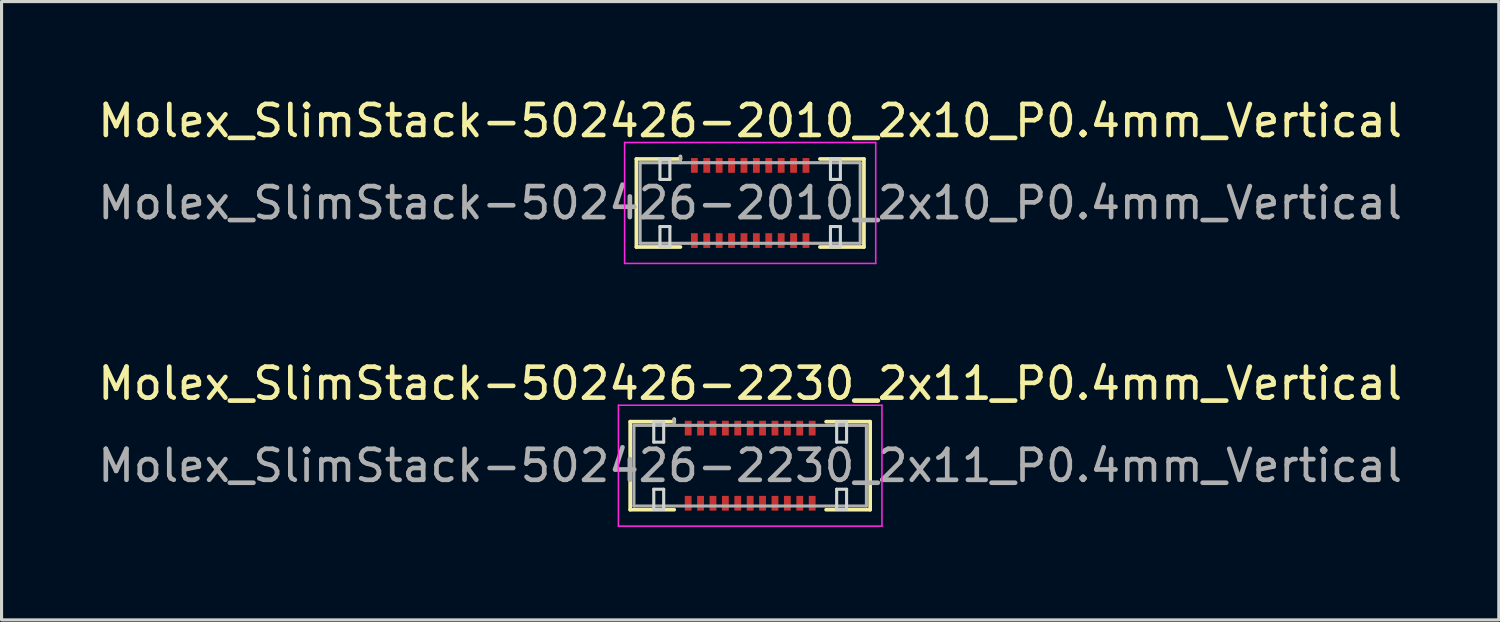
<source format=kicad_pcb>
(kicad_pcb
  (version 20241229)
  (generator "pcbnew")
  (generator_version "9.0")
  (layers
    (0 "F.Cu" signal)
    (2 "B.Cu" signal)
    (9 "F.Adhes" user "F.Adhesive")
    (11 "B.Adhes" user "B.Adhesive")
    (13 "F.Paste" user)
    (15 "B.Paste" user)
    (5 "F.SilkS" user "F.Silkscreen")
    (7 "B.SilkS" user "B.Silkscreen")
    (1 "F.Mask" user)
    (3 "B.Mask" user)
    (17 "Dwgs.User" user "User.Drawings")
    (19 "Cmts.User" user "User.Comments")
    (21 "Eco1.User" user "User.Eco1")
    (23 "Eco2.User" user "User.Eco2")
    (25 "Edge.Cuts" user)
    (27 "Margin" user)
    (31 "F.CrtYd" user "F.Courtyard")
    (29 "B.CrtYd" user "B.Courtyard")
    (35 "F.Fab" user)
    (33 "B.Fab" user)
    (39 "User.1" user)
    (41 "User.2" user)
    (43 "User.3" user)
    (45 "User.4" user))
  (footprint "Molex_SlimStack-502426-2010_2x10_P0.4mm_Vertical"
    (layer "F.Cu")
    (at 21.149 3.498)
    (property "Reference" "Molex_SlimStack-502426-2010_2x10_P0.4mm_Vertical" (at 0 -2.65 0) (layer "F.SilkS") (effects (font (size 1 1) (thickness 0.15))))
    (attr smd)
    (fp_line (start -3.67 -1.42) (end -2.25 -1.42) (stroke (width 0.12) (type solid)) (layer "F.SilkS"))
    (fp_line (start -3.67 1.42) (end -3.67 -1.42) (stroke (width 0.12) (type solid)) (layer "F.SilkS"))
    (fp_line (start -2.25 -1.42) (end -2.25 -1.5) (stroke (width 0.12) (type solid)) (layer "F.SilkS"))
    (fp_line (start -2.25 1.42) (end -3.67 1.42) (stroke (width 0.12) (type solid)) (layer "F.SilkS"))
    (fp_line (start 2.25 1.42) (end 3.67 1.42) (stroke (width 0.12) (type solid)) (layer "F.SilkS"))
    (fp_line (start 3.67 -1.42) (end 2.25 -1.42) (stroke (width 0.12) (type solid)) (layer "F.SilkS"))
    (fp_line (start 3.67 1.42) (end 3.67 -1.42) (stroke (width 0.12) (type solid)) (layer "F.SilkS"))
    (fp_line (start -2.91 -1.41) (end -2.91 -0.76) (stroke (width 0.1) (type solid)) (layer "Edge.Cuts"))
    (fp_line (start -2.91 -0.76) (end -2.59 -0.76) (stroke (width 0.1) (type solid)) (layer "Edge.Cuts"))
    (fp_line (start -2.91 0.76) (end -2.91 1.41) (stroke (width 0.1) (type solid)) (layer "Edge.Cuts"))
    (fp_line (start -2.91 1.41) (end -2.59 1.41) (stroke (width 0.1) (type solid)) (layer "Edge.Cuts"))
    (fp_line (start -2.59 -1.41) (end -2.91 -1.41) (stroke (width 0.1) (type solid)) (layer "Edge.Cuts"))
    (fp_line (start -2.59 -0.76) (end -2.59 -1.41) (stroke (width 0.1) (type solid)) (layer "Edge.Cuts"))
    (fp_line (start -2.59 0.76) (end -2.91 0.76) (stroke (width 0.1) (type solid)) (layer "Edge.Cuts"))
    (fp_line (start -2.59 1.41) (end -2.59 0.76) (stroke (width 0.1) (type solid)) (layer "Edge.Cuts"))
    (fp_line (start 2.59 -1.41) (end 2.59 -0.76) (stroke (width 0.1) (type solid)) (layer "Edge.Cuts"))
    (fp_line (start 2.59 -0.76) (end 2.91 -0.76) (stroke (width 0.1) (type solid)) (layer "Edge.Cuts"))
    (fp_line (start 2.59 0.76) (end 2.59 1.41) (stroke (width 0.1) (type solid)) (layer "Edge.Cuts"))
    (fp_line (start 2.59 1.41) (end 2.91 1.41) (stroke (width 0.1) (type solid)) (layer "Edge.Cuts"))
    (fp_line (start 2.91 -1.41) (end 2.59 -1.41) (stroke (width 0.1) (type solid)) (layer "Edge.Cuts"))
    (fp_line (start 2.91 -0.76) (end 2.91 -1.41) (stroke (width 0.1) (type solid)) (layer "Edge.Cuts"))
    (fp_line (start 2.91 0.76) (end 2.59 0.76) (stroke (width 0.1) (type solid)) (layer "Edge.Cuts"))
    (fp_line (start 2.91 1.41) (end 2.91 0.76) (stroke (width 0.1) (type solid)) (layer "Edge.Cuts"))
    (fp_line (start -4.05 -1.95) (end -4.05 1.95) (stroke (width 0.05) (type solid)) (layer "F.CrtYd"))
    (fp_line (start -4.05 1.95) (end 4.05 1.95) (stroke (width 0.05) (type solid)) (layer "F.CrtYd"))
    (fp_line (start 4.05 -1.95) (end -4.05 -1.95) (stroke (width 0.05) (type solid)) (layer "F.CrtYd"))
    (fp_line (start 4.05 1.95) (end 4.05 -1.95) (stroke (width 0.05) (type solid)) (layer "F.CrtYd"))
    (fp_line (start -3.55 -1.3) (end -3.55 1.3) (stroke (width 0.1) (type solid)) (layer "F.Fab"))
    (fp_line (start -3.55 1.3) (end 3.55 1.3) (stroke (width 0.1) (type solid)) (layer "F.Fab"))
    (fp_line (start -2.25 -1.3) (end -2.25 -1.5) (stroke (width 0.1) (type solid)) (layer "F.Fab"))
    (fp_line (start 3.55 -1.3) (end -3.55 -1.3) (stroke (width 0.1) (type solid)) (layer "F.Fab"))
    (fp_line (start 3.55 1.3) (end 3.55 -1.3) (stroke (width 0.1) (type solid)) (layer "F.Fab"))
    (fp_text user "${REFERENCE}" (at 0 0 0) (layer "F.Fab") (effects (font (size 1 1) (thickness 0.15))))
    (pad "1" smd rect (at 1.8 -1.212) (size 0.22 0.475) (layers "F.Cu" "F.Mask" "F.Paste"))
    (pad "2" smd rect (at 1.8 1.212) (size 0.22 0.475) (layers "F.Cu" "F.Mask" "F.Paste"))
    (pad "3" smd rect (at 1.4 -1.212) (size 0.22 0.475) (layers "F.Cu" "F.Mask" "F.Paste"))
    (pad "4" smd rect (at 1.4 1.212) (size 0.22 0.475) (layers "F.Cu" "F.Mask" "F.Paste"))
    (pad "5" smd rect (at 1 -1.212) (size 0.22 0.475) (layers "F.Cu" "F.Mask" "F.Paste"))
    (pad "6" smd rect (at 1 1.212) (size 0.22 0.475) (layers "F.Cu" "F.Mask" "F.Paste"))
    (pad "7" smd rect (at 0.6 -1.212) (size 0.22 0.475) (layers "F.Cu" "F.Mask" "F.Paste"))
    (pad "8" smd rect (at 0.6 1.212) (size 0.22 0.475) (layers "F.Cu" "F.Mask" "F.Paste"))
    (pad "9" smd rect (at 0.2 -1.212) (size 0.22 0.475) (layers "F.Cu" "F.Mask" "F.Paste"))
    (pad "10" smd rect (at 0.2 1.212) (size 0.22 0.475) (layers "F.Cu" "F.Mask" "F.Paste"))
    (pad "11" smd rect (at -0.2 -1.212) (size 0.22 0.475) (layers "F.Cu" "F.Mask" "F.Paste"))
    (pad "12" smd rect (at -0.2 1.212) (size 0.22 0.475) (layers "F.Cu" "F.Mask" "F.Paste"))
    (pad "13" smd rect (at -0.6 -1.212) (size 0.22 0.475) (layers "F.Cu" "F.Mask" "F.Paste"))
    (pad "14" smd rect (at -0.6 1.212) (size 0.22 0.475) (layers "F.Cu" "F.Mask" "F.Paste"))
    (pad "15" smd rect (at -1 -1.212) (size 0.22 0.475) (layers "F.Cu" "F.Mask" "F.Paste"))
    (pad "16" smd rect (at -1 1.212) (size 0.22 0.475) (layers "F.Cu" "F.Mask" "F.Paste"))
    (pad "17" smd rect (at -1.4 -1.212) (size 0.22 0.475) (layers "F.Cu" "F.Mask" "F.Paste"))
    (pad "18" smd rect (at -1.4 1.212) (size 0.22 0.475) (layers "F.Cu" "F.Mask" "F.Paste"))
    (pad "19" smd rect (at -1.8 -1.212) (size 0.22 0.475) (layers "F.Cu" "F.Mask" "F.Paste"))
    (pad "20" smd rect (at -1.8 1.212) (size 0.22 0.475) (layers "F.Cu" "F.Mask" "F.Paste")))
  (footprint "Molex_SlimStack-502426-2230_2x11_P0.4mm_Vertical"
    (layer "F.Cu")
    (at 21.149 11.972)
    (property "Reference" "Molex_SlimStack-502426-2230_2x11_P0.4mm_Vertical" (at 0 -2.65 0) (layer "F.SilkS") (effects (font (size 1 1) (thickness 0.15))))
    (attr smd)
    (fp_line (start -3.87 -1.42) (end -2.45 -1.42) (stroke (width 0.12) (type solid)) (layer "F.SilkS"))
    (fp_line (start -3.87 1.42) (end -3.87 -1.42) (stroke (width 0.12) (type solid)) (layer "F.SilkS"))
    (fp_line (start -2.45 -1.42) (end -2.45 -1.5) (stroke (width 0.12) (type solid)) (layer "F.SilkS"))
    (fp_line (start -2.45 1.42) (end -3.87 1.42) (stroke (width 0.12) (type solid)) (layer "F.SilkS"))
    (fp_line (start 2.45 1.42) (end 3.87 1.42) (stroke (width 0.12) (type solid)) (layer "F.SilkS"))
    (fp_line (start 3.87 -1.42) (end 2.45 -1.42) (stroke (width 0.12) (type solid)) (layer "F.SilkS"))
    (fp_line (start 3.87 1.42) (end 3.87 -1.42) (stroke (width 0.12) (type solid)) (layer "F.SilkS"))
    (fp_line (start -3.11 -1.41) (end -3.11 -0.76) (stroke (width 0.1) (type solid)) (layer "Edge.Cuts"))
    (fp_line (start -3.11 -0.76) (end -2.79 -0.76) (stroke (width 0.1) (type solid)) (layer "Edge.Cuts"))
    (fp_line (start -3.11 0.76) (end -3.11 1.41) (stroke (width 0.1) (type solid)) (layer "Edge.Cuts"))
    (fp_line (start -3.11 1.41) (end -2.79 1.41) (stroke (width 0.1) (type solid)) (layer "Edge.Cuts"))
    (fp_line (start -2.79 -1.41) (end -3.11 -1.41) (stroke (width 0.1) (type solid)) (layer "Edge.Cuts"))
    (fp_line (start -2.79 -0.76) (end -2.79 -1.41) (stroke (width 0.1) (type solid)) (layer "Edge.Cuts"))
    (fp_line (start -2.79 0.76) (end -3.11 0.76) (stroke (width 0.1) (type solid)) (layer "Edge.Cuts"))
    (fp_line (start -2.79 1.41) (end -2.79 0.76) (stroke (width 0.1) (type solid)) (layer "Edge.Cuts"))
    (fp_line (start 2.79 -1.41) (end 2.79 -0.76) (stroke (width 0.1) (type solid)) (layer "Edge.Cuts"))
    (fp_line (start 2.79 -0.76) (end 3.11 -0.76) (stroke (width 0.1) (type solid)) (layer "Edge.Cuts"))
    (fp_line (start 2.79 0.76) (end 2.79 1.41) (stroke (width 0.1) (type solid)) (layer "Edge.Cuts"))
    (fp_line (start 2.79 1.41) (end 3.11 1.41) (stroke (width 0.1) (type solid)) (layer "Edge.Cuts"))
    (fp_line (start 3.11 -1.41) (end 2.79 -1.41) (stroke (width 0.1) (type solid)) (layer "Edge.Cuts"))
    (fp_line (start 3.11 -0.76) (end 3.11 -1.41) (stroke (width 0.1) (type solid)) (layer "Edge.Cuts"))
    (fp_line (start 3.11 0.76) (end 2.79 0.76) (stroke (width 0.1) (type solid)) (layer "Edge.Cuts"))
    (fp_line (start 3.11 1.41) (end 3.11 0.76) (stroke (width 0.1) (type solid)) (layer "Edge.Cuts"))
    (fp_line (start -4.25 -1.95) (end -4.25 1.95) (stroke (width 0.05) (type solid)) (layer "F.CrtYd"))
    (fp_line (start -4.25 1.95) (end 4.25 1.95) (stroke (width 0.05) (type solid)) (layer "F.CrtYd"))
    (fp_line (start 4.25 -1.95) (end -4.25 -1.95) (stroke (width 0.05) (type solid)) (layer "F.CrtYd"))
    (fp_line (start 4.25 1.95) (end 4.25 -1.95) (stroke (width 0.05) (type solid)) (layer "F.CrtYd"))
    (fp_line (start -3.75 -1.3) (end -3.75 1.3) (stroke (width 0.1) (type solid)) (layer "F.Fab"))
    (fp_line (start -3.75 1.3) (end 3.75 1.3) (stroke (width 0.1) (type solid)) (layer "F.Fab"))
    (fp_line (start -2.45 -1.3) (end -2.45 -1.5) (stroke (width 0.1) (type solid)) (layer "F.Fab"))
    (fp_line (start 3.75 -1.3) (end -3.75 -1.3) (stroke (width 0.1) (type solid)) (layer "F.Fab"))
    (fp_line (start 3.75 1.3) (end 3.75 -1.3) (stroke (width 0.1) (type solid)) (layer "F.Fab"))
    (fp_text user "${REFERENCE}" (at 0 0 0) (layer "F.Fab") (effects (font (size 1 1) (thickness 0.15))))
    (pad "1" smd rect (at 2 -1.212) (size 0.22 0.475) (layers "F.Cu" "F.Mask" "F.Paste"))
    (pad "2" smd rect (at 2 1.212) (size 0.22 0.475) (layers "F.Cu" "F.Mask" "F.Paste"))
    (pad "3" smd rect (at 1.6 -1.212) (size 0.22 0.475) (layers "F.Cu" "F.Mask" "F.Paste"))
    (pad "4" smd rect (at 1.6 1.212) (size 0.22 0.475) (layers "F.Cu" "F.Mask" "F.Paste"))
    (pad "5" smd rect (at 1.2 -1.212) (size 0.22 0.475) (layers "F.Cu" "F.Mask" "F.Paste"))
    (pad "6" smd rect (at 1.2 1.212) (size 0.22 0.475) (layers "F.Cu" "F.Mask" "F.Paste"))
    (pad "7" smd rect (at 0.8 -1.212) (size 0.22 0.475) (layers "F.Cu" "F.Mask" "F.Paste"))
    (pad "8" smd rect (at 0.8 1.212) (size 0.22 0.475) (layers "F.Cu" "F.Mask" "F.Paste"))
    (pad "9" smd rect (at 0.4 -1.212) (size 0.22 0.475) (layers "F.Cu" "F.Mask" "F.Paste"))
    (pad "10" smd rect (at 0.4 1.212) (size 0.22 0.475) (layers "F.Cu" "F.Mask" "F.Paste"))
    (pad "11" smd rect (at 0 -1.212) (size 0.22 0.475) (layers "F.Cu" "F.Mask" "F.Paste"))
    (pad "12" smd rect (at 0 1.212) (size 0.22 0.475) (layers "F.Cu" "F.Mask" "F.Paste"))
    (pad "13" smd rect (at -0.4 -1.212) (size 0.22 0.475) (layers "F.Cu" "F.Mask" "F.Paste"))
    (pad "14" smd rect (at -0.4 1.212) (size 0.22 0.475) (layers "F.Cu" "F.Mask" "F.Paste"))
    (pad "15" smd rect (at -0.8 -1.212) (size 0.22 0.475) (layers "F.Cu" "F.Mask" "F.Paste"))
    (pad "16" smd rect (at -0.8 1.212) (size 0.22 0.475) (layers "F.Cu" "F.Mask" "F.Paste"))
    (pad "17" smd rect (at -1.2 -1.212) (size 0.22 0.475) (layers "F.Cu" "F.Mask" "F.Paste"))
    (pad "18" smd rect (at -1.2 1.212) (size 0.22 0.475) (layers "F.Cu" "F.Mask" "F.Paste"))
    (pad "19" smd rect (at -1.6 -1.212) (size 0.22 0.475) (layers "F.Cu" "F.Mask" "F.Paste"))
    (pad "20" smd rect (at -1.6 1.212) (size 0.22 0.475) (layers "F.Cu" "F.Mask" "F.Paste"))
    (pad "21" smd rect (at -2 -1.212) (size 0.22 0.475) (layers "F.Cu" "F.Mask" "F.Paste"))
    (pad "22" smd rect (at -2 1.212) (size 0.22 0.475) (layers "F.Cu" "F.Mask" "F.Paste")))
  (gr_rect
    (start -3 -3)
    (end 45.298 16.947)
    (stroke (width 0.1) (type default))
    (fill no)
    (layer "Edge.Cuts")))
</source>
